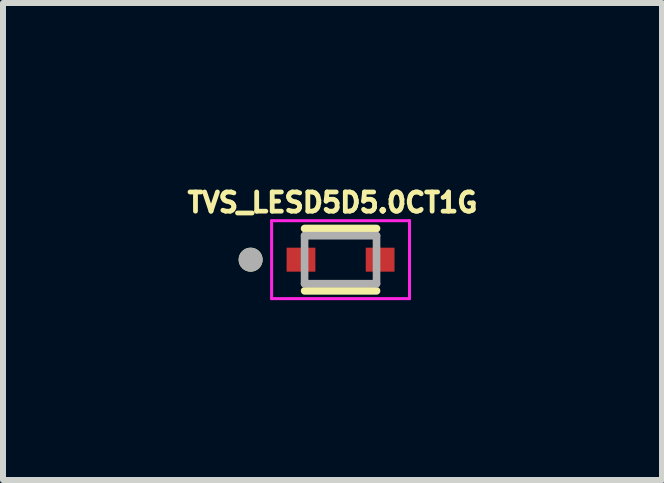
<source format=kicad_pcb>
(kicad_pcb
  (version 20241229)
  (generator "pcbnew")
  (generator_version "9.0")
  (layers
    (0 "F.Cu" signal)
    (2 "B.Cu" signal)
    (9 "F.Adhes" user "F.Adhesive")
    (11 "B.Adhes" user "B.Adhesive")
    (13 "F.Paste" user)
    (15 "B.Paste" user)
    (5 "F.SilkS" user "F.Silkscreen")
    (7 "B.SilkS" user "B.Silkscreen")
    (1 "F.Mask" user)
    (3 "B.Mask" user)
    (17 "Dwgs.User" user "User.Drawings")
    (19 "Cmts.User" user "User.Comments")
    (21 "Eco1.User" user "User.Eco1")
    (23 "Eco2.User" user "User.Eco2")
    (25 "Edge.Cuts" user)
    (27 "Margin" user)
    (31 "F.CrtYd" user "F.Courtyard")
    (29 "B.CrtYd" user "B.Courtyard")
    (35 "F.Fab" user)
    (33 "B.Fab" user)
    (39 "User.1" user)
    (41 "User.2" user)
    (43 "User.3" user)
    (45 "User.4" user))
  (footprint "TVS_LESD5D5.0CT1G"
    (layer "F.Cu")
    (at 2.63 1.281)
    (property "Reference" "TVS_LESD5D5.0CT1G" (at -0.134 -0.953 0) (layer "F.SilkS") (effects (font (size 0.32 0.32) (thickness 0.15))))
    (attr through_hole)
    (fp_line (start -0.6 -0.52) (end 0.6 -0.52) (stroke (width 0.127) (type solid)) (layer "F.SilkS"))
    (fp_line (start 0.6 0.52) (end -0.6 0.52) (stroke (width 0.127) (type solid)) (layer "F.SilkS"))
    (fp_circle (center -1.5 0) (end -1.4 0) (stroke (width 0.2) (type solid)) (fill no) (layer "F.SilkS"))
    (fp_line (start -1.15 -0.65) (end -1.15 0.65) (stroke (width 0.05) (type solid)) (layer "F.CrtYd"))
    (fp_line (start -1.15 0.65) (end 1.15 0.65) (stroke (width 0.05) (type solid)) (layer "F.CrtYd"))
    (fp_line (start 1.15 -0.65) (end -1.15 -0.65) (stroke (width 0.05) (type solid)) (layer "F.CrtYd"))
    (fp_line (start 1.15 0.65) (end 1.15 -0.65) (stroke (width 0.05) (type solid)) (layer "F.CrtYd"))
    (fp_line (start -0.6 -0.4) (end 0.6 -0.4) (stroke (width 0.127) (type solid)) (layer "F.Fab"))
    (fp_line (start -0.6 0.4) (end -0.6 -0.4) (stroke (width 0.127) (type solid)) (layer "F.Fab"))
    (fp_line (start 0.6 -0.4) (end 0.6 0.4) (stroke (width 0.127) (type solid)) (layer "F.Fab"))
    (fp_line (start 0.6 0.4) (end -0.6 0.4) (stroke (width 0.127) (type solid)) (layer "F.Fab"))
    (fp_circle (center -1.5 0) (end -1.4 0) (stroke (width 0.2) (type solid)) (fill no) (layer "F.Fab"))
    (pad "1" smd rect (at -0.66 0) (size 0.48 0.4) (layers "F.Cu" "F.Mask" "F.Paste"))
    (pad "2" smd rect (at 0.66 0) (size 0.48 0.4) (layers "F.Cu" "F.Mask" "F.Paste")))
  (gr_rect
    (start -3 -3)
    (end 7.991 4.956)
    (stroke (width 0.1) (type default))
    (fill no)
    (layer "Edge.Cuts")))
</source>
